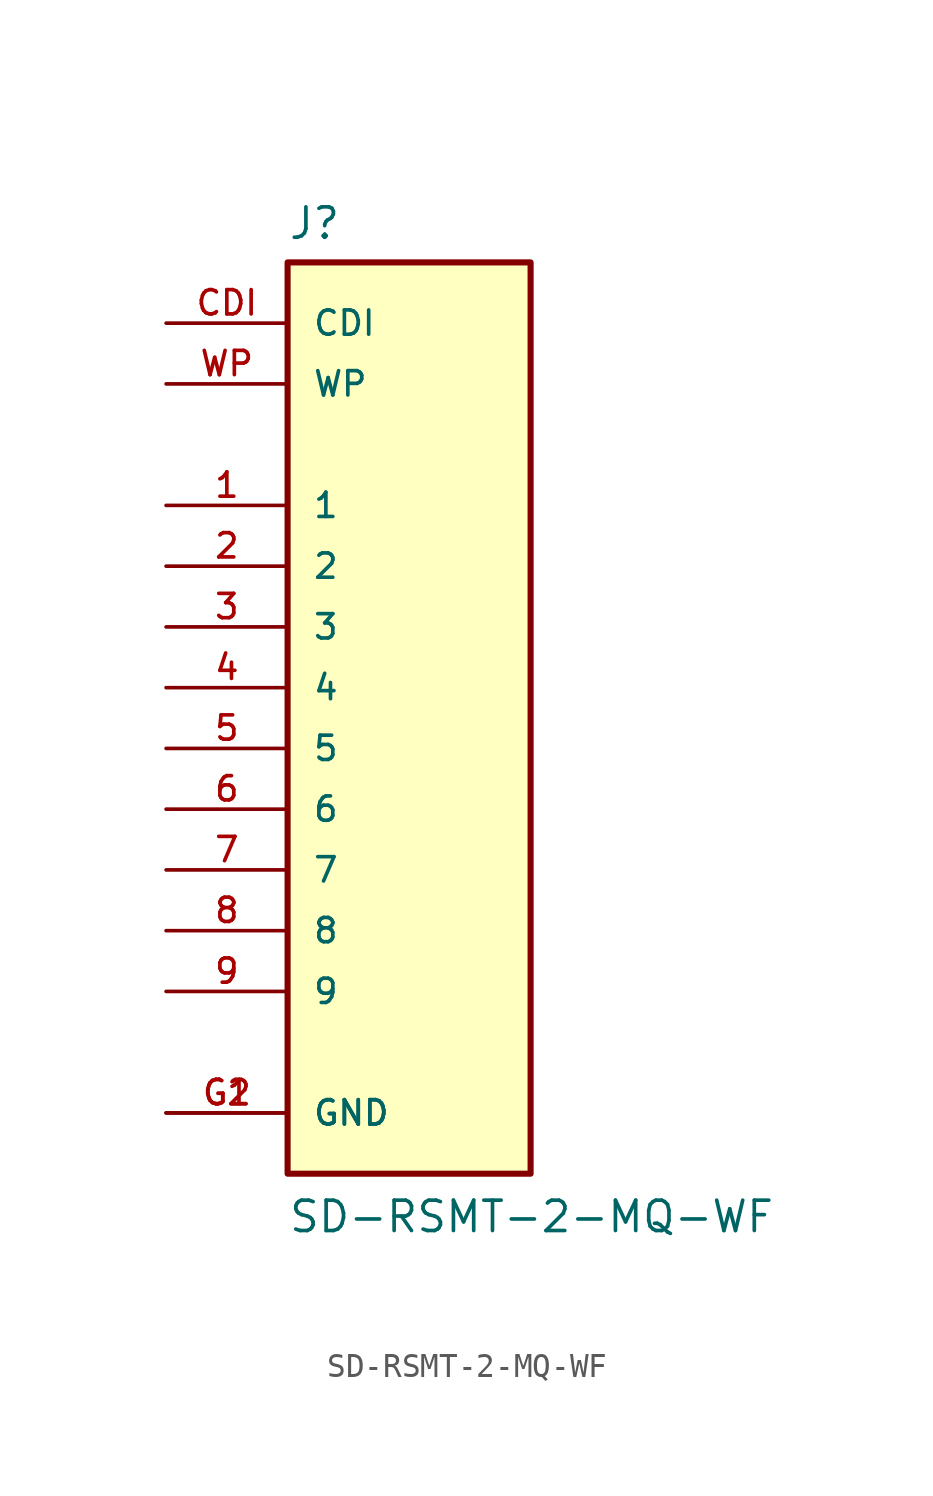
<source format=kicad_sym>
(kicad_symbol_lib
  (version 20211014)
  (generator kicad_symbol_editor)
  (symbol "SD-RSMT-2-MQ-WF"
    (pin_names
      (offset 1.016))
    (property "Reference" "J"
      (at -5.08 18.669 0)
      (effects (font (size 1.27 1.27)) (justify bottom left)))
    (property "Value" "SD-RSMT-2-MQ-WF"
      (at -5.08 -22.86 0)
      (effects (font (size 1.27 1.27)) (justify bottom left)))
    (symbol "SD-RSMT-2-MQ-WF_0_0"
      (rectangle (start -5.08 -20.32) (end 5.08 17.78) (stroke (width 0.254)) (fill (type background)))
      (pin passive line (at -10.16 7.62 0) (length 5.08) (name "1" (effects (font (size 1.016 1.016)))) (number "1" (effects (font (size 1.016 1.016)))))
      (pin passive line (at -10.16 5.08 0) (length 5.08) (name "2" (effects (font (size 1.016 1.016)))) (number "2" (effects (font (size 1.016 1.016)))))
      (pin passive line (at -10.16 2.54 0) (length 5.08) (name "3" (effects (font (size 1.016 1.016)))) (number "3" (effects (font (size 1.016 1.016)))))
      (pin passive line (at -10.16 0.0 0) (length 5.08) (name "4" (effects (font (size 1.016 1.016)))) (number "4" (effects (font (size 1.016 1.016)))))
      (pin passive line (at -10.16 -2.54 0) (length 5.08) (name "5" (effects (font (size 1.016 1.016)))) (number "5" (effects (font (size 1.016 1.016)))))
      (pin passive line (at -10.16 -5.08 0) (length 5.08) (name "6" (effects (font (size 1.016 1.016)))) (number "6" (effects (font (size 1.016 1.016)))))
      (pin passive line (at -10.16 -7.62 0) (length 5.08) (name "7" (effects (font (size 1.016 1.016)))) (number "7" (effects (font (size 1.016 1.016)))))
      (pin passive line (at -10.16 -10.16 0) (length 5.08) (name "8" (effects (font (size 1.016 1.016)))) (number "8" (effects (font (size 1.016 1.016)))))
      (pin passive line (at -10.16 -12.7 0) (length 5.08) (name "9" (effects (font (size 1.016 1.016)))) (number "9" (effects (font (size 1.016 1.016)))))
      (pin input line (at -10.16 15.24 0) (length 5.08) (name "CDI" (effects (font (size 1.016 1.016)))) (number "CDI" (effects (font (size 1.016 1.016)))))
      (pin input line (at -10.16 12.7 0) (length 5.08) (name "WP" (effects (font (size 1.016 1.016)))) (number "WP" (effects (font (size 1.016 1.016)))))
      (pin power_in line (at -10.16 -17.78 0) (length 5.08) (name "GND" (effects (font (size 1.016 1.016)))) (number "G1" (effects (font (size 1.016 1.016)))))
      (pin power_in line (at -10.16 -17.78 0) (length 5.08) (name "GND" (effects (font (size 1.016 1.016)))) (number "G2" (effects (font (size 1.016 1.016))))))))
</source>
